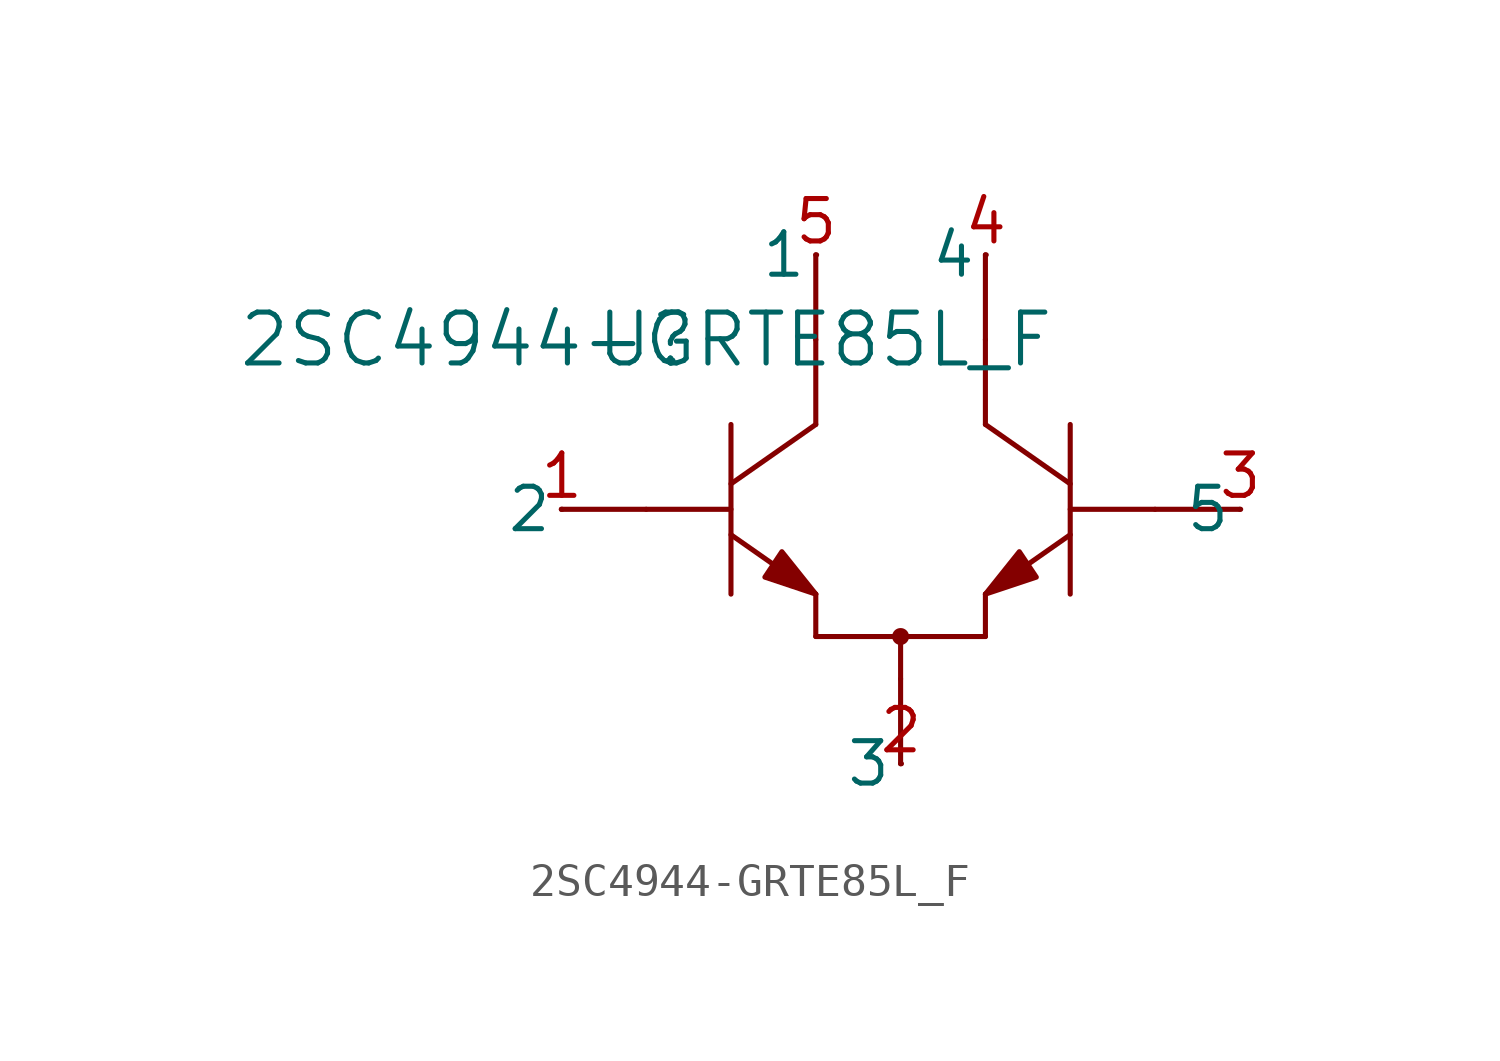
<source format=kicad_sym>
(kicad_symbol_lib
  (version 20220914)
  (generator kicad_symbol_editor)
  (symbol "2SC4944-GRTE85L_F"
    (pin_names
      (offset 0.254))
    (property "Reference" "U"
      (at 0 0 0)
      (effects (font (size 1.524 1.524))))
    (property "Value" "2SC4944-GRTE85L_F"
      (at 0 0 0)
      (effects (font (size 1.524 1.524))))
    (symbol "2SC4944-GRTE85L_F_0_1"
      (polyline (pts (xy -2.54 -5.08) (xy 0 -5.08)) (stroke (width 0) (type default)) (fill (type none)))
      (polyline (pts (xy 2.54 -5.842) (xy 5.08 -7.62)) (stroke (width 0) (type default)) (fill (type none)))
      (polyline (pts (xy 2.54 -5.08) (xy 0 -5.08)) (stroke (width 0) (type default)) (fill (type none)))
      (polyline (pts (xy 2.54 -2.54) (xy 2.54 -7.62)) (stroke (width 0) (type default)) (fill (type none)))
      (polyline (pts (xy 5.08 -8.89) (xy 10.16 -8.89)) (stroke (width 0) (type default)) (fill (type none)))
      (polyline (pts (xy 5.08 -7.62) (xy 5.08 -8.89)) (stroke (width 0) (type default)) (fill (type none)))
      (polyline (pts (xy 5.08 -2.54) (xy 2.54 -4.318)) (stroke (width 0) (type default)) (fill (type none)))
      (polyline (pts (xy 5.08 -2.54) (xy 5.08 0)) (stroke (width 0) (type default)) (fill (type none)))
      (polyline (pts (xy 5.08 2.54) (xy 5.08 0)) (stroke (width 0) (type default)) (fill (type none)))
      (polyline (pts (xy 7.62 -12.7) (xy 7.62 -10.16)) (stroke (width 0) (type default)) (fill (type none)))
      (polyline (pts (xy 7.62 -8.89) (xy 7.62 -10.16)) (stroke (width 0) (type default)) (fill (type none)))
      (polyline (pts (xy 10.16 -7.62) (xy 10.16 -8.89)) (stroke (width 0) (type default)) (fill (type none)))
      (polyline (pts (xy 10.16 -7.62) (xy 12.7 -5.842)) (stroke (width 0) (type default)) (fill (type none)))
      (polyline (pts (xy 10.16 -2.54) (xy 10.16 0)) (stroke (width 0) (type default)) (fill (type none)))
      (polyline (pts (xy 10.16 2.54) (xy 10.16 0)) (stroke (width 0) (type default)) (fill (type none)))
      (polyline (pts (xy 12.7 -7.62) (xy 12.7 -2.54)) (stroke (width 0) (type default)) (fill (type none)))
      (polyline (pts (xy 12.7 -5.08) (xy 15.24 -5.08)) (stroke (width 0) (type default)) (fill (type none)))
      (polyline (pts (xy 12.7 -4.318) (xy 10.16 -2.54)) (stroke (width 0) (type default)) (fill (type none)))
      (polyline (pts (xy 17.78 -5.08) (xy 15.24 -5.08)) (stroke (width 0) (type default)) (fill (type none)))
      (polyline (pts (xy 5.08 -7.62) (xy 4.064 -6.35) (xy 3.556 -7.112) (xy 5.08 -7.62)) (stroke (width 0) (type default)) (fill (type outline)))
      (polyline (pts (xy 10.16 -7.62) (xy 11.684 -7.112) (xy 11.176 -6.35) (xy 10.16 -7.62)) (stroke (width 0) (type default)) (fill (type outline)))
      (circle (center 7.62 -8.89) (radius 0.127) (stroke (width 0.254) (type default)) (fill (type none)))
      (pin unspecified line (at -2.515 -5.08 180) (length 0.025) (name "2" (effects (font (size 1.27 1.27)))) (number "1" (effects (font (size 1.27 1.27)))))
      (pin unspecified line (at 7.645 -12.7 180) (length 0.025) (name "3" (effects (font (size 1.27 1.27)))) (number "2" (effects (font (size 1.27 1.27)))))
      (pin unspecified line (at 17.805 -5.08 180) (length 0.025) (name "5" (effects (font (size 1.27 1.27)))) (number "3" (effects (font (size 1.27 1.27)))))
      (pin unspecified line (at 10.185 2.54 180) (length 0.025) (name "4" (effects (font (size 1.27 1.27)))) (number "4" (effects (font (size 1.27 1.27)))))
      (pin unspecified line (at 5.105 2.54 180) (length 0.025) (name "1" (effects (font (size 1.27 1.27)))) (number "5" (effects (font (size 1.27 1.27))))))))
</source>
